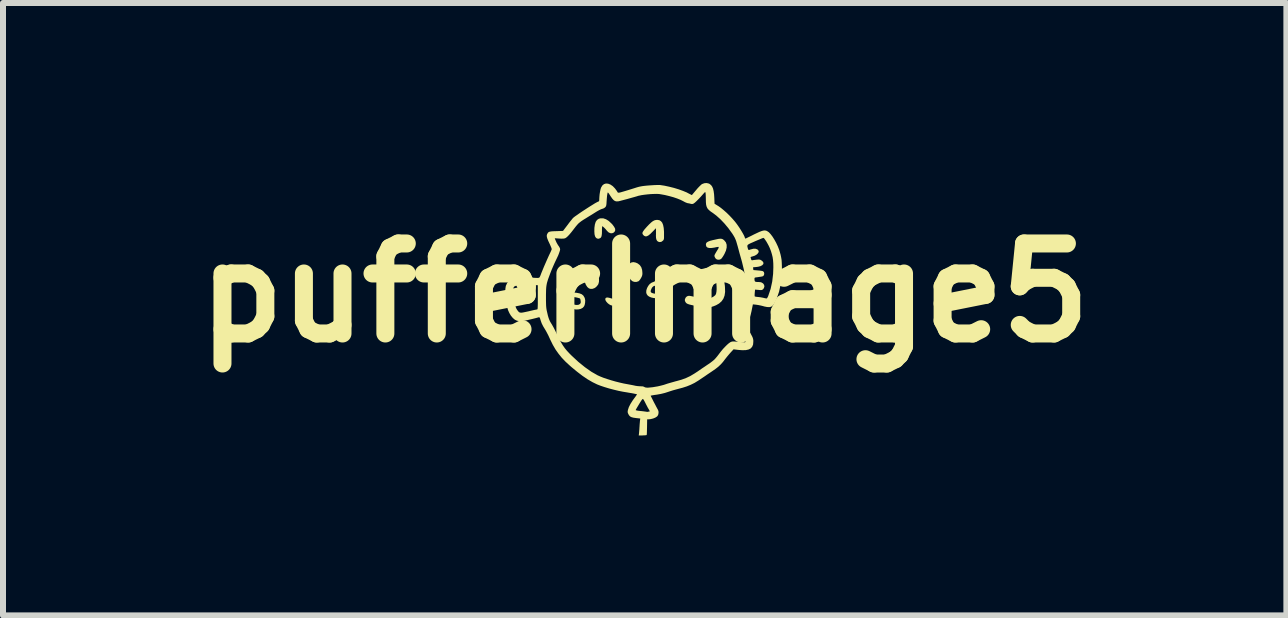
<source format=kicad_pcb>
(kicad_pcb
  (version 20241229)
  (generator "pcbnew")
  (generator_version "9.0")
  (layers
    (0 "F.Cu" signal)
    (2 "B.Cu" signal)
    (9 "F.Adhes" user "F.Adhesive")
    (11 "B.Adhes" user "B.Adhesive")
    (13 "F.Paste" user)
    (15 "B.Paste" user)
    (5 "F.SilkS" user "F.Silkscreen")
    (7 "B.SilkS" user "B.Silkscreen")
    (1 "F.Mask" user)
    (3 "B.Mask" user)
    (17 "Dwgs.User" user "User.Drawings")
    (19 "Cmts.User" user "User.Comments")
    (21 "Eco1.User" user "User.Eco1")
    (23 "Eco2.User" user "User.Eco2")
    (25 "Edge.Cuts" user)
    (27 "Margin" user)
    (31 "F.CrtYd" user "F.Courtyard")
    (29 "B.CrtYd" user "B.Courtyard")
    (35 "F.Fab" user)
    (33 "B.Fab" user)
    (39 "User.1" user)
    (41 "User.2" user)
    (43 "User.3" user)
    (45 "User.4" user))
  (footprint "pufferImage5"
    (layer "F.Cu")
    (at 7.693 1.829)
    (property "Reference" "pufferImage5" (at 0 0 0) (layer "F.SilkS") (effects (font (size 1.5 1.5) (thickness 0.3))))
    (attr board_only exclude_from_pos_files exclude_from_bom)
    (fp_poly (pts (xy -0.878 -0.419) (xy -0.847 -0.405) (xy -0.818 -0.377) (xy -0.791 -0.337) (xy -0.783 -0.32) (xy -0.768 -0.274) (xy -0.761 -0.227) (xy -0.762 -0.183) (xy -0.772 -0.145) (xy -0.779 -0.133) (xy -0.806 -0.1) (xy -0.838 -0.077) (xy -0.873 -0.065) (xy -0.907 -0.066) (xy -0.93 -0.074) (xy -0.956 -0.096) (xy -0.979 -0.131) (xy -0.997 -0.175) (xy -1.002 -0.19) (xy -1.011 -0.249) (xy -1.006 -0.304) (xy -0.986 -0.353) (xy -0.967 -0.382) (xy -0.939 -0.409) (xy -0.909 -0.421)) (stroke (width 0) (type solid)) (fill yes) (layer "F.SilkS"))
    (fp_poly (pts (xy -0.148 -0.503) (xy -0.115 -0.488) (xy -0.081 -0.461) (xy -0.057 -0.426) (xy -0.043 -0.382) (xy -0.039 -0.344) (xy -0.038 -0.315) (xy -0.041 -0.293) (xy -0.048 -0.272) (xy -0.06 -0.248) (xy -0.078 -0.219) (xy -0.096 -0.198) (xy -0.106 -0.191) (xy -0.139 -0.181) (xy -0.175 -0.182) (xy -0.207 -0.194) (xy -0.207 -0.194) (xy -0.235 -0.22) (xy -0.258 -0.255) (xy -0.273 -0.297) (xy -0.282 -0.343) (xy -0.283 -0.389) (xy -0.277 -0.432) (xy -0.262 -0.469) (xy -0.247 -0.489) (xy -0.22 -0.506) (xy -0.186 -0.511)) (stroke (width 0) (type solid)) (fill yes) (layer "F.SilkS"))
    (fp_poly (pts (xy -0.34 0.049) (xy -0.323 0.063) (xy -0.316 0.088) (xy -0.315 0.098) (xy -0.318 0.119) (xy -0.328 0.137) (xy -0.346 0.154) (xy -0.376 0.174) (xy -0.392 0.183) (xy -0.444 0.206) (xy -0.495 0.216) (xy -0.542 0.213) (xy -0.565 0.207) (xy -0.593 0.192) (xy -0.619 0.171) (xy -0.64 0.147) (xy -0.654 0.123) (xy -0.657 0.101) (xy -0.656 0.098) (xy -0.645 0.083) (xy -0.624 0.078) (xy -0.593 0.083) (xy -0.571 0.089) (xy -0.53 0.101) (xy -0.497 0.105) (xy -0.469 0.1) (xy -0.441 0.085) (xy -0.426 0.075) (xy -0.393 0.054) (xy -0.363 0.046)) (stroke (width 0) (type solid)) (fill yes) (layer "F.SilkS"))
    (fp_poly (pts (xy -0.691 -1.241) (xy -0.644 -1.225) (xy -0.597 -1.195) (xy -0.549 -1.15) (xy -0.537 -1.137) (xy -0.509 -1.099) (xy -0.493 -1.068) (xy -0.491 -1.042) (xy -0.5 -1.02) (xy -0.515 -1.004) (xy -0.543 -0.992) (xy -0.572 -0.993) (xy -0.602 -1.007) (xy -0.63 -1.034) (xy -0.633 -1.038) (xy -0.65 -1.059) (xy -0.669 -1.079) (xy -0.688 -1.097) (xy -0.702 -1.107) (xy -0.707 -1.11) (xy -0.709 -1.103) (xy -0.711 -1.084) (xy -0.712 -1.056) (xy -0.712 -1.031) (xy -0.713 -0.986) (xy -0.717 -0.954) (xy -0.723 -0.932) (xy -0.733 -0.917) (xy -0.747 -0.908) (xy -0.773 -0.9) (xy -0.795 -0.905) (xy -0.812 -0.917) (xy -0.827 -0.94) (xy -0.836 -0.975) (xy -0.839 -1.023) (xy -0.838 -1.082) (xy -0.83 -1.139) (xy -0.816 -1.183) (xy -0.794 -1.214) (xy -0.764 -1.234) (xy -0.737 -1.241)) (stroke (width 0) (type solid)) (fill yes) (layer "F.SilkS"))
    (fp_poly (pts (xy 0.243 -1.21) (xy 0.27 -1.194) (xy 0.292 -1.168) (xy 0.307 -1.13) (xy 0.317 -1.08) (xy 0.322 -1.017) (xy 0.322 -0.982) (xy 0.322 -0.943) (xy 0.322 -0.915) (xy 0.32 -0.897) (xy 0.316 -0.885) (xy 0.311 -0.876) (xy 0.303 -0.868) (xy 0.277 -0.849) (xy 0.248 -0.845) (xy 0.227 -0.851) (xy 0.209 -0.863) (xy 0.196 -0.884) (xy 0.189 -0.914) (xy 0.187 -0.956) (xy 0.188 -0.963) (xy 0.188 -0.995) (xy 0.188 -1.026) (xy 0.188 -1.048) (xy 0.188 -1.05) (xy 0.187 -1.076) (xy 0.132 -1.019) (xy 0.094 -0.981) (xy 0.063 -0.956) (xy 0.036 -0.942) (xy 0.013 -0.94) (xy -0.007 -0.948) (xy -0.022 -0.961) (xy -0.033 -0.976) (xy -0.038 -0.991) (xy -0.035 -1.008) (xy -0.023 -1.029) (xy -0.003 -1.056) (xy 0.028 -1.091) (xy 0.035 -1.099) (xy 0.074 -1.14) (xy 0.107 -1.171) (xy 0.134 -1.192) (xy 0.159 -1.206) (xy 0.184 -1.213) (xy 0.208 -1.215)) (stroke (width 0) (type solid)) (fill yes) (layer "F.SilkS"))
    (fp_poly (pts (xy 1.279 -0.9) (xy 1.296 -0.895) (xy 1.312 -0.885) (xy 1.326 -0.873) (xy 1.353 -0.84) (xy 1.366 -0.8) (xy 1.366 -0.754) (xy 1.354 -0.703) (xy 1.329 -0.647) (xy 1.31 -0.614) (xy 1.295 -0.591) (xy 1.281 -0.573) (xy 1.273 -0.564) (xy 1.25 -0.553) (xy 1.222 -0.551) (xy 1.2 -0.557) (xy 1.179 -0.575) (xy 1.165 -0.601) (xy 1.162 -0.619) (xy 1.166 -0.633) (xy 1.177 -0.654) (xy 1.192 -0.68) (xy 1.196 -0.686) (xy 1.211 -0.711) (xy 1.223 -0.73) (xy 1.229 -0.742) (xy 1.23 -0.743) (xy 1.232 -0.754) (xy 1.234 -0.759) (xy 1.233 -0.764) (xy 1.226 -0.765) (xy 1.209 -0.763) (xy 1.181 -0.758) (xy 1.172 -0.755) (xy 1.118 -0.747) (xy 1.076 -0.746) (xy 1.046 -0.754) (xy 1.027 -0.771) (xy 1.02 -0.797) (xy 1.02 -0.803) (xy 1.023 -0.822) (xy 1.033 -0.838) (xy 1.053 -0.851) (xy 1.084 -0.864) (xy 1.128 -0.876) (xy 1.141 -0.879) (xy 1.191 -0.89) (xy 1.228 -0.898) (xy 1.257 -0.901)) (stroke (width 0) (type solid)) (fill yes) (layer "F.SilkS"))
    (fp_poly (pts (xy -1.159 -0.002) (xy -1.133 0.000323) (xy -1.085 0.01) (xy -1.048 0.025) (xy -1.022 0.047) (xy -1.003 0.079) (xy -0.997 0.095) (xy -0.991 0.127) (xy -0.993 0.165) (xy -1 0.201) (xy -1.01 0.225) (xy -1.032 0.25) (xy -1.065 0.268) (xy -1.105 0.277) (xy -1.148 0.278) (xy -1.192 0.27) (xy -1.219 0.26) (xy -1.257 0.236) (xy -1.284 0.205) (xy -1.298 0.172) (xy -1.302 0.135) (xy -1.3 0.13) (xy -1.227 0.13) (xy -1.226 0.154) (xy -1.214 0.174) (xy -1.192 0.19) (xy -1.163 0.2) (xy -1.132 0.203) (xy -1.103 0.2) (xy -1.081 0.188) (xy -1.079 0.187) (xy -1.069 0.173) (xy -1.065 0.156) (xy -1.067 0.137) (xy -1.07 0.115) (xy -1.076 0.099) (xy -1.078 0.096) (xy -1.088 0.091) (xy -1.109 0.085) (xy -1.133 0.079) (xy -1.16 0.074) (xy -1.177 0.073) (xy -1.188 0.076) (xy -1.197 0.082) (xy -1.216 0.103) (xy -1.227 0.13) (xy -1.3 0.13) (xy -1.293 0.097) (xy -1.274 0.06) (xy -1.246 0.029) (xy -1.215 0.008) (xy -1.198 0.000363) (xy -1.181 -0.003)) (stroke (width 0) (type solid)) (fill yes) (layer "F.SilkS"))
    (fp_poly (pts (xy 0.228 -0.192) (xy 0.257 -0.186) (xy 0.275 -0.179) (xy 0.308 -0.156) (xy 0.331 -0.124) (xy 0.344 -0.087) (xy 0.345 -0.048) (xy 0.333 -0.011) (xy 0.327 -0.000045) (xy 0.295 0.037) (xy 0.256 0.066) (xy 0.212 0.084) (xy 0.172 0.089) (xy 0.149 0.087) (xy 0.121 0.081) (xy 0.109 0.078) (xy 0.075 0.064) (xy 0.051 0.047) (xy 0.034 0.023) (xy 0.032 0.02) (xy 0.025 -0.009) (xy 0.026 -0.018) (xy 0.1 -0.018) (xy 0.109 -0.004) (xy 0.128 0.005) (xy 0.155 0.013) (xy 0.178 0.013) (xy 0.202 0.006) (xy 0.206 0.004) (xy 0.238 -0.014) (xy 0.259 -0.036) (xy 0.268 -0.06) (xy 0.266 -0.082) (xy 0.252 -0.101) (xy 0.227 -0.114) (xy 0.208 -0.118) (xy 0.171 -0.118) (xy 0.144 -0.108) (xy 0.123 -0.087) (xy 0.113 -0.068) (xy 0.101 -0.038) (xy 0.1 -0.018) (xy 0.026 -0.018) (xy 0.028 -0.044) (xy 0.04 -0.08) (xy 0.059 -0.115) (xy 0.083 -0.145) (xy 0.111 -0.166) (xy 0.126 -0.173) (xy 0.146 -0.18) (xy 0.159 -0.187) (xy 0.161 -0.188) (xy 0.176 -0.194) (xy 0.2 -0.195)) (stroke (width 0) (type solid)) (fill yes) (layer "F.SilkS"))
    (fp_poly (pts (xy 1.117 -0.419) (xy 1.143 -0.416) (xy 1.167 -0.408) (xy 1.181 -0.402) (xy 1.225 -0.377) (xy 1.26 -0.345) (xy 1.288 -0.304) (xy 1.31 -0.253) (xy 1.325 -0.192) (xy 1.336 -0.118) (xy 1.338 -0.086) (xy 1.34 -0.014) (xy 1.331 0.047) (xy 1.311 0.099) (xy 1.281 0.142) (xy 1.239 0.179) (xy 1.19 0.207) (xy 1.143 0.226) (xy 1.1 0.238) (xy 1.064 0.243) (xy 1.053 0.243) (xy 0.982 0.235) (xy 0.922 0.228) (xy 0.871 0.221) (xy 0.827 0.214) (xy 0.787 0.205) (xy 0.785 0.205) (xy 0.748 0.196) (xy 0.723 0.188) (xy 0.705 0.18) (xy 0.693 0.171) (xy 0.686 0.164) (xy 0.67 0.136) (xy 0.67 0.107) (xy 0.684 0.079) (xy 0.686 0.076) (xy 0.704 0.06) (xy 0.724 0.052) (xy 0.751 0.051) (xy 0.787 0.058) (xy 0.799 0.061) (xy 0.833 0.068) (xy 0.875 0.076) (xy 0.922 0.084) (xy 0.969 0.09) (xy 1.011 0.095) (xy 1.044 0.097) (xy 1.053 0.097) (xy 1.083 0.092) (xy 1.117 0.08) (xy 1.149 0.062) (xy 1.174 0.042) (xy 1.18 0.035) (xy 1.19 0.013) (xy 1.196 -0.02) (xy 1.199 -0.061) (xy 1.198 -0.105) (xy 1.195 -0.15) (xy 1.188 -0.192) (xy 1.178 -0.227) (xy 1.172 -0.242) (xy 1.152 -0.267) (xy 1.122 -0.285) (xy 1.088 -0.292) (xy 1.083 -0.292) (xy 1.064 -0.29) (xy 1.034 -0.285) (xy 0.996 -0.278) (xy 0.952 -0.269) (xy 0.906 -0.259) (xy 0.862 -0.248) (xy 0.822 -0.237) (xy 0.817 -0.236) (xy 0.785 -0.228) (xy 0.749 -0.222) (xy 0.73 -0.22) (xy 0.703 -0.218) (xy 0.687 -0.219) (xy 0.675 -0.225) (xy 0.668 -0.231) (xy 0.656 -0.252) (xy 0.652 -0.277) (xy 0.658 -0.3) (xy 0.665 -0.309) (xy 0.673 -0.316) (xy 0.684 -0.322) (xy 0.698 -0.328) (xy 0.718 -0.335) (xy 0.745 -0.343) (xy 0.782 -0.353) (xy 0.83 -0.365) (xy 0.885 -0.379) (xy 0.951 -0.396) (xy 1.006 -0.408) (xy 1.051 -0.415) (xy 1.087 -0.419)) (stroke (width 0) (type solid)) (fill yes) (layer "F.SilkS"))
    (fp_poly (pts (xy 1.07 -1.82) (xy 1.083 -1.813) (xy 1.107 -1.793) (xy 1.125 -1.768) (xy 1.139 -1.736) (xy 1.149 -1.694) (xy 1.156 -1.642) (xy 1.16 -1.584) (xy 1.164 -1.484) (xy 1.232 -1.442) (xy 1.271 -1.414) (xy 1.316 -1.377) (xy 1.365 -1.334) (xy 1.414 -1.286) (xy 1.46 -1.237) (xy 1.501 -1.19) (xy 1.523 -1.162) (xy 1.555 -1.118) (xy 1.586 -1.072) (xy 1.614 -1.027) (xy 1.638 -0.986) (xy 1.656 -0.952) (xy 1.663 -0.936) (xy 1.67 -0.916) (xy 1.677 -0.904) (xy 1.679 -0.902) (xy 1.687 -0.906) (xy 1.706 -0.915) (xy 1.734 -0.929) (xy 1.769 -0.946) (xy 1.809 -0.966) (xy 1.814 -0.969) (xy 1.869 -0.995) (xy 1.912 -1.015) (xy 1.946 -1.028) (xy 1.973 -1.036) (xy 1.996 -1.039) (xy 2.015 -1.037) (xy 2.033 -1.032) (xy 2.042 -1.027) (xy 2.069 -1.009) (xy 2.098 -0.978) (xy 2.129 -0.937) (xy 2.16 -0.888) (xy 2.19 -0.834) (xy 2.217 -0.777) (xy 2.24 -0.719) (xy 2.252 -0.68) (xy 2.265 -0.633) (xy 2.274 -0.59) (xy 2.281 -0.549) (xy 2.284 -0.503) (xy 2.286 -0.45) (xy 2.287 -0.403) (xy 2.281 -0.265) (xy 2.265 -0.136) (xy 2.239 -0.018) (xy 2.202 0.091) (xy 2.201 0.094) (xy 2.177 0.148) (xy 2.155 0.188) (xy 2.132 0.215) (xy 2.107 0.232) (xy 2.077 0.239) (xy 2.039 0.237) (xy 1.993 0.228) (xy 1.97 0.221) (xy 1.932 0.212) (xy 1.893 0.204) (xy 1.859 0.199) (xy 1.853 0.198) (xy 1.803 0.193) (xy 1.789 0.262) (xy 1.78 0.307) (xy 1.768 0.357) (xy 1.754 0.407) (xy 1.74 0.454) (xy 1.726 0.496) (xy 1.714 0.529) (xy 1.706 0.545) (xy 1.688 0.577) (xy 1.722 0.617) (xy 1.742 0.644) (xy 1.764 0.677) (xy 1.782 0.711) (xy 1.783 0.712) (xy 1.798 0.743) (xy 1.806 0.768) (xy 1.81 0.792) (xy 1.81 0.817) (xy 1.806 0.863) (xy 1.791 0.899) (xy 1.767 0.927) (xy 1.732 0.945) (xy 1.686 0.955) (xy 1.628 0.957) (xy 1.561 0.952) (xy 1.481 0.942) (xy 1.433 0.994) (xy 1.405 1.026) (xy 1.374 1.063) (xy 1.347 1.097) (xy 1.343 1.102) (xy 1.304 1.153) (xy 1.266 1.195) (xy 1.227 1.232) (xy 1.181 1.268) (xy 1.132 1.302) (xy 1.091 1.33) (xy 1.046 1.36) (xy 1.003 1.39) (xy 0.967 1.414) (xy 0.964 1.416) (xy 0.894 1.463) (xy 0.83 1.502) (xy 0.767 1.533) (xy 0.703 1.559) (xy 0.632 1.582) (xy 0.56 1.601) (xy 0.516 1.613) (xy 0.472 1.625) (xy 0.431 1.638) (xy 0.4 1.648) (xy 0.398 1.649) (xy 0.336 1.669) (xy 0.271 1.685) (xy 0.198 1.698) (xy 0.167 1.702) (xy 0.137 1.707) (xy 0.114 1.711) (xy 0.101 1.715) (xy 0.099 1.716) (xy 0.114 1.745) (xy 0.132 1.781) (xy 0.152 1.821) (xy 0.173 1.86) (xy 0.191 1.895) (xy 0.205 1.921) (xy 0.207 1.925) (xy 0.222 1.952) (xy 0.229 1.972) (xy 0.231 1.991) (xy 0.23 2.008) (xy 0.224 2.035) (xy 0.211 2.056) (xy 0.203 2.063) (xy 0.177 2.08) (xy 0.14 2.095) (xy 0.099 2.105) (xy 0.071 2.108) (xy 0.041 2.109) (xy 0.039 2.236) (xy 0.038 2.279) (xy 0.037 2.316) (xy 0.036 2.345) (xy 0.034 2.364) (xy 0.033 2.37) (xy 0.024 2.373) (xy 0.004 2.375) (xy -0.023 2.376) (xy -0.035 2.377) (xy -0.099 2.377) (xy -0.094 2.337) (xy -0.092 2.311) (xy -0.089 2.276) (xy -0.087 2.239) (xy -0.086 2.23) (xy -0.084 2.195) (xy -0.081 2.161) (xy -0.079 2.134) (xy -0.078 2.129) (xy -0.074 2.095) (xy -0.146 2.087) (xy -0.189 2.081) (xy -0.221 2.072) (xy -0.244 2.06) (xy -0.26 2.042) (xy -0.273 2.02) (xy -0.281 2.001) (xy -0.284 1.984) (xy -0.281 1.962) (xy -0.28 1.955) (xy -0.15 1.955) (xy -0.143 1.958) (xy -0.124 1.963) (xy -0.096 1.967) (xy -0.061 1.971) (xy -0.058 1.971) (xy -0.023 1.975) (xy 0.007 1.979) (xy 0.028 1.982) (xy 0.037 1.984) (xy 0.037 1.984) (xy 0.046 1.985) (xy 0.051 1.983) (xy 0.067 1.98) (xy 0.075 1.979) (xy 0.083 1.978) (xy 0.083 1.972) (xy 0.078 1.959) (xy 0.067 1.94) (xy 0.052 1.915) (xy 0.035 1.882) (xy 0.017 1.848) (xy 0.014 1.841) (xy -0.004 1.806) (xy -0.017 1.783) (xy -0.026 1.772) (xy -0.033 1.769) (xy -0.041 1.776) (xy -0.051 1.789) (xy -0.054 1.793) (xy -0.073 1.822) (xy -0.092 1.853) (xy -0.111 1.885) (xy -0.128 1.913) (xy -0.141 1.936) (xy -0.149 1.951) (xy -0.15 1.955) (xy -0.28 1.955) (xy -0.279 1.951) (xy -0.264 1.905) (xy -0.237 1.852) (xy -0.199 1.792) (xy -0.171 1.754) (xy -0.152 1.728) (xy -0.138 1.708) (xy -0.13 1.695) (xy -0.128 1.691) (xy -0.137 1.689) (xy -0.156 1.685) (xy -0.184 1.679) (xy -0.215 1.673) (xy -0.247 1.668) (xy -0.276 1.663) (xy -0.292 1.66) (xy -0.36 1.649) (xy -0.435 1.634) (xy -0.514 1.615) (xy -0.594 1.594) (xy -0.67 1.571) (xy -0.738 1.548) (xy -0.792 1.527) (xy -0.868 1.49) (xy -0.951 1.442) (xy -1.038 1.383) (xy -1.128 1.314) (xy -1.22 1.238) (xy -1.244 1.217) (xy -1.319 1.148) (xy -1.382 1.082) (xy -1.436 1.015) (xy -1.485 0.946) (xy -1.53 0.869) (xy -1.573 0.782) (xy -1.589 0.747) (xy -1.607 0.708) (xy -1.627 0.67) (xy -1.645 0.636) (xy -1.658 0.614) (xy -1.692 0.558) (xy -1.717 0.508) (xy -1.734 0.459) (xy -1.737 0.45) (xy -1.744 0.425) (xy -1.751 0.412) (xy -1.758 0.407) (xy -1.765 0.408) (xy -1.816 0.422) (xy -1.868 0.435) (xy -1.919 0.447) (xy -1.966 0.458) (xy -2.007 0.466) (xy -2.039 0.471) (xy -2.059 0.473) (xy -2.059 0.473) (xy -2.089 0.472) (xy -2.12 0.467) (xy -2.129 0.465) (xy -2.163 0.449) (xy -2.196 0.421) (xy -2.228 0.383) (xy -2.255 0.338) (xy -2.277 0.289) (xy -2.292 0.239) (xy -2.295 0.224) (xy -2.3 0.189) (xy -2.307 0.147) (xy -2.313 0.107) (xy -2.313 0.104) (xy -2.321 0.042) (xy -2.324 -0.018) (xy -2.322 -0.051) (xy -2.192 -0.051) (xy -2.192 -0.008) (xy -2.186 0.05) (xy -2.181 0.082) (xy -2.172 0.141) (xy -2.163 0.187) (xy -2.154 0.223) (xy -2.144 0.252) (xy -2.132 0.275) (xy -2.119 0.294) (xy -2.107 0.309) (xy -2.096 0.321) (xy -2.083 0.328) (xy -2.067 0.331) (xy -2.046 0.331) (xy -2.017 0.326) (xy -1.979 0.318) (xy -1.928 0.307) (xy -1.913 0.303) (xy -1.874 0.294) (xy -1.839 0.286) (xy -1.812 0.281) (xy -1.796 0.278) (xy -1.793 0.277) (xy -1.789 0.276) (xy -1.786 0.272) (xy -1.784 0.262) (xy -1.783 0.245) (xy -1.782 0.22) (xy -1.781 0.185) (xy -1.781 0.139) (xy -1.781 0.079) (xy -1.781 0.076) (xy -1.781 0.075) (xy -1.645 0.075) (xy -1.645 0.131) (xy -1.644 0.175) (xy -1.643 0.209) (xy -1.641 0.238) (xy -1.638 0.263) (xy -1.634 0.288) (xy -1.628 0.315) (xy -1.624 0.332) (xy -1.613 0.38) (xy -1.602 0.417) (xy -1.591 0.447) (xy -1.579 0.474) (xy -1.563 0.502) (xy -1.547 0.527) (xy -1.533 0.552) (xy -1.514 0.586) (xy -1.493 0.627) (xy -1.472 0.671) (xy -1.46 0.696) (xy -1.426 0.766) (xy -1.395 0.825) (xy -1.364 0.876) (xy -1.332 0.922) (xy -1.295 0.967) (xy -1.251 1.014) (xy -1.219 1.046) (xy -1.107 1.15) (xy -0.996 1.24) (xy -0.888 1.316) (xy -0.781 1.377) (xy -0.78 1.377) (xy -0.738 1.396) (xy -0.685 1.417) (xy -0.622 1.438) (xy -0.555 1.459) (xy -0.485 1.479) (xy -0.417 1.496) (xy -0.352 1.511) (xy -0.315 1.518) (xy -0.271 1.526) (xy -0.229 1.534) (xy -0.192 1.541) (xy -0.165 1.547) (xy -0.157 1.549) (xy -0.125 1.554) (xy -0.089 1.557) (xy -0.071 1.558) (xy -0.037 1.559) (xy -0.014 1.565) (xy -0.007 1.569) (xy 0.007 1.576) (xy 0.027 1.58) (xy 0.053 1.581) (xy 0.089 1.578) (xy 0.137 1.573) (xy 0.172 1.567) (xy 0.219 1.559) (xy 0.27 1.547) (xy 0.316 1.535) (xy 0.341 1.527) (xy 0.376 1.515) (xy 0.42 1.502) (xy 0.47 1.488) (xy 0.519 1.474) (xy 0.536 1.47) (xy 0.617 1.447) (xy 0.69 1.42) (xy 0.758 1.388) (xy 0.827 1.347) (xy 0.881 1.312) (xy 0.917 1.287) (xy 0.959 1.258) (xy 1.004 1.228) (xy 1.046 1.199) (xy 1.05 1.197) (xy 1.095 1.166) (xy 1.13 1.139) (xy 1.159 1.115) (xy 1.184 1.088) (xy 1.21 1.057) (xy 1.239 1.019) (xy 1.241 1.016) (xy 1.271 0.977) (xy 1.304 0.937) (xy 1.339 0.9) (xy 1.372 0.867) (xy 1.402 0.841) (xy 1.425 0.825) (xy 1.428 0.823) (xy 1.447 0.815) (xy 1.466 0.811) (xy 1.492 0.811) (xy 1.51 0.813) (xy 1.565 0.817) (xy 1.606 0.821) (xy 1.636 0.823) (xy 1.657 0.824) (xy 1.669 0.824) (xy 1.676 0.822) (xy 1.679 0.819) (xy 1.679 0.815) (xy 1.679 0.812) (xy 1.673 0.784) (xy 1.656 0.748) (xy 1.628 0.705) (xy 1.625 0.701) (xy 1.604 0.671) (xy 1.583 0.639) (xy 1.568 0.615) (xy 1.555 0.594) (xy 1.549 0.575) (xy 1.547 0.555) (xy 1.552 0.532) (xy 1.562 0.502) (xy 1.577 0.465) (xy 1.595 0.418) (xy 1.611 0.369) (xy 1.626 0.315) (xy 1.64 0.252) (xy 1.654 0.18) (xy 1.668 0.101) (xy 1.677 0.048) (xy 1.683 0.007) (xy 1.687 -0.026) (xy 1.69 -0.053) (xy 1.691 -0.078) (xy 1.69 -0.104) (xy 1.688 -0.134) (xy 1.687 -0.154) (xy 1.674 -0.268) (xy 1.652 -0.388) (xy 1.622 -0.512) (xy 1.611 -0.552) (xy 1.597 -0.601) (xy 1.581 -0.657) (xy 1.566 -0.714) (xy 1.552 -0.765) (xy 1.552 -0.766) (xy 1.551 -0.77) (xy 1.711 -0.77) (xy 1.717 -0.746) (xy 1.718 -0.741) (xy 1.724 -0.723) (xy 1.73 -0.715) (xy 1.741 -0.714) (xy 1.761 -0.721) (xy 1.769 -0.723) (xy 1.811 -0.734) (xy 1.848 -0.734) (xy 1.877 -0.723) (xy 1.886 -0.716) (xy 1.899 -0.697) (xy 1.899 -0.678) (xy 1.886 -0.657) (xy 1.87 -0.64) (xy 1.836 -0.619) (xy 1.803 -0.608) (xy 1.778 -0.601) (xy 1.766 -0.595) (xy 1.765 -0.588) (xy 1.765 -0.587) (xy 1.77 -0.571) (xy 1.774 -0.557) (xy 1.78 -0.544) (xy 1.792 -0.542) (xy 1.798 -0.543) (xy 1.816 -0.546) (xy 1.843 -0.549) (xy 1.869 -0.552) (xy 1.897 -0.554) (xy 1.916 -0.553) (xy 1.931 -0.548) (xy 1.949 -0.537) (xy 1.949 -0.537) (xy 1.971 -0.517) (xy 1.98 -0.496) (xy 1.975 -0.477) (xy 1.958 -0.459) (xy 1.93 -0.444) (xy 1.892 -0.434) (xy 1.863 -0.43) (xy 1.806 -0.425) (xy 1.808 -0.402) (xy 1.811 -0.379) (xy 1.882 -0.373) (xy 1.915 -0.37) (xy 1.944 -0.366) (xy 1.964 -0.362) (xy 1.97 -0.36) (xy 1.986 -0.346) (xy 1.992 -0.324) (xy 1.989 -0.3) (xy 1.986 -0.293) (xy 1.98 -0.285) (xy 1.973 -0.278) (xy 1.961 -0.273) (xy 1.942 -0.269) (xy 1.914 -0.265) (xy 1.874 -0.259) (xy 1.865 -0.258) (xy 1.843 -0.255) (xy 1.833 -0.25) (xy 1.83 -0.24) (xy 1.829 -0.234) (xy 1.831 -0.206) (xy 1.837 -0.19) (xy 1.852 -0.182) (xy 1.877 -0.18) (xy 1.882 -0.18) (xy 1.91 -0.179) (xy 1.934 -0.176) (xy 1.945 -0.173) (xy 1.973 -0.156) (xy 1.99 -0.132) (xy 1.995 -0.106) (xy 1.987 -0.079) (xy 1.975 -0.062) (xy 1.964 -0.053) (xy 1.954 -0.047) (xy 1.939 -0.045) (xy 1.916 -0.046) (xy 1.897 -0.048) (xy 1.839 -0.053) (xy 1.834 0.000464) (xy 1.832 0.027) (xy 1.832 0.048) (xy 1.833 0.059) (xy 1.833 0.059) (xy 1.841 0.063) (xy 1.861 0.067) (xy 1.888 0.07) (xy 1.891 0.07) (xy 1.925 0.074) (xy 1.959 0.08) (xy 1.983 0.085) (xy 2.007 0.091) (xy 2.025 0.094) (xy 2.032 0.095) (xy 2.04 0.088) (xy 2.051 0.07) (xy 2.059 0.052) (xy 2.098 -0.063) (xy 2.125 -0.186) (xy 2.14 -0.315) (xy 2.144 -0.424) (xy 2.143 -0.489) (xy 2.139 -0.544) (xy 2.132 -0.593) (xy 2.12 -0.642) (xy 2.104 -0.695) (xy 2.095 -0.719) (xy 2.082 -0.751) (xy 2.065 -0.787) (xy 2.046 -0.822) (xy 2.027 -0.855) (xy 2.008 -0.883) (xy 1.993 -0.904) (xy 1.981 -0.914) (xy 1.978 -0.915) (xy 1.968 -0.912) (xy 1.947 -0.904) (xy 1.917 -0.891) (xy 1.88 -0.876) (xy 1.84 -0.859) (xy 1.798 -0.84) (xy 1.767 -0.827) (xy 1.737 -0.812) (xy 1.719 -0.8) (xy 1.711 -0.787) (xy 1.711 -0.77) (xy 1.551 -0.77) (xy 1.537 -0.818) (xy 1.525 -0.859) (xy 1.512 -0.893) (xy 1.498 -0.923) (xy 1.48 -0.954) (xy 1.458 -0.989) (xy 1.454 -0.994) (xy 1.393 -1.078) (xy 1.327 -1.157) (xy 1.26 -1.227) (xy 1.193 -1.287) (xy 1.14 -1.327) (xy 1.099 -1.355) (xy 1.068 -1.381) (xy 1.047 -1.405) (xy 1.033 -1.433) (xy 1.024 -1.466) (xy 1.02 -1.508) (xy 1.019 -1.561) (xy 1.019 -1.563) (xy 1.018 -1.6) (xy 1.017 -1.632) (xy 1.015 -1.657) (xy 1.013 -1.669) (xy 1.01 -1.677) (xy 1.005 -1.677) (xy 0.995 -1.669) (xy 0.979 -1.651) (xy 0.972 -1.643) (xy 0.934 -1.6) (xy 0.898 -1.562) (xy 0.865 -1.529) (xy 0.837 -1.503) (xy 0.815 -1.487) (xy 0.803 -1.481) (xy 0.78 -1.48) (xy 0.762 -1.484) (xy 0.739 -1.49) (xy 0.722 -1.492) (xy 0.707 -1.496) (xy 0.683 -1.505) (xy 0.655 -1.519) (xy 0.645 -1.525) (xy 0.599 -1.548) (xy 0.542 -1.571) (xy 0.477 -1.593) (xy 0.408 -1.612) (xy 0.338 -1.629) (xy 0.271 -1.641) (xy 0.24 -1.646) (xy 0.203 -1.648) (xy 0.157 -1.647) (xy 0.104 -1.645) (xy 0.048 -1.64) (xy -0.005 -1.634) (xy -0.053 -1.627) (xy -0.091 -1.619) (xy -0.102 -1.617) (xy -0.137 -1.606) (xy -0.183 -1.593) (xy -0.237 -1.578) (xy -0.293 -1.562) (xy -0.35 -1.547) (xy -0.403 -1.533) (xy -0.405 -1.532) (xy -0.441 -1.524) (xy -0.47 -1.523) (xy -0.495 -1.529) (xy -0.517 -1.544) (xy -0.54 -1.569) (xy -0.566 -1.606) (xy -0.578 -1.625) (xy -0.593 -1.648) (xy -0.605 -1.664) (xy -0.613 -1.672) (xy -0.614 -1.672) (xy -0.618 -1.666) (xy -0.622 -1.648) (xy -0.627 -1.617) (xy -0.631 -1.572) (xy -0.635 -1.518) (xy -0.637 -1.483) (xy -0.64 -1.46) (xy -0.645 -1.444) (xy -0.652 -1.432) (xy -0.66 -1.423) (xy -0.682 -1.408) (xy -0.709 -1.398) (xy -0.709 -1.398) (xy -0.728 -1.392) (xy -0.755 -1.379) (xy -0.786 -1.362) (xy -0.806 -1.35) (xy -0.838 -1.33) (xy -0.879 -1.304) (xy -0.922 -1.278) (xy -0.964 -1.252) (xy -0.97 -1.248) (xy -1.016 -1.22) (xy -1.051 -1.197) (xy -1.079 -1.176) (xy -1.104 -1.155) (xy -1.127 -1.13) (xy -1.152 -1.1) (xy -1.182 -1.061) (xy -1.185 -1.057) (xy -1.224 -1.007) (xy -1.257 -0.968) (xy -1.284 -0.94) (xy -1.307 -0.92) (xy -1.327 -0.908) (xy -1.331 -0.907) (xy -1.354 -0.903) (xy -1.391 -0.902) (xy -1.426 -0.904) (xy -1.499 -0.909) (xy -1.488 -0.88) (xy -1.468 -0.835) (xy -1.445 -0.795) (xy -1.427 -0.77) (xy -1.413 -0.744) (xy -1.409 -0.724) (xy -1.413 -0.702) (xy -1.424 -0.669) (xy -1.44 -0.626) (xy -1.463 -0.577) (xy -1.486 -0.529) (xy -1.506 -0.486) (xy -1.528 -0.436) (xy -1.551 -0.382) (xy -1.573 -0.326) (xy -1.593 -0.272) (xy -1.611 -0.223) (xy -1.623 -0.183) (xy -1.629 -0.162) (xy -1.634 -0.137) (xy -1.638 -0.113) (xy -1.641 -0.087) (xy -1.643 -0.056) (xy -1.644 -0.017) (xy -1.645 0.032) (xy -1.645 0.075) (xy -1.781 0.075) (xy -1.781 -0.126) (xy -1.883 -0.131) (xy -1.953 -0.134) (xy -2.017 -0.133) (xy -2.073 -0.129) (xy -2.119 -0.123) (xy -2.153 -0.114) (xy -2.175 -0.103) (xy -2.176 -0.102) (xy -2.187 -0.083) (xy -2.192 -0.051) (xy -2.322 -0.051) (xy -2.321 -0.071) (xy -2.314 -0.115) (xy -2.312 -0.119) (xy -2.293 -0.161) (xy -2.262 -0.197) (xy -2.223 -0.225) (xy -2.2 -0.235) (xy -2.149 -0.248) (xy -2.086 -0.256) (xy -2.015 -0.259) (xy -1.938 -0.257) (xy -1.908 -0.255) (xy -1.868 -0.252) (xy -1.83 -0.249) (xy -1.8 -0.248) (xy -1.78 -0.248) (xy -1.777 -0.248) (xy -1.761 -0.251) (xy -1.751 -0.259) (xy -1.743 -0.275) (xy -1.737 -0.289) (xy -1.722 -0.329) (xy -1.701 -0.38) (xy -1.678 -0.436) (xy -1.653 -0.493) (xy -1.629 -0.548) (xy -1.607 -0.597) (xy -1.599 -0.615) (xy -1.583 -0.649) (xy -1.568 -0.68) (xy -1.558 -0.703) (xy -1.552 -0.717) (xy -1.551 -0.718) (xy -1.55 -0.728) (xy -1.553 -0.744) (xy -1.562 -0.766) (xy -1.576 -0.799) (xy -1.585 -0.818) (xy -1.607 -0.865) (xy -1.622 -0.902) (xy -1.63 -0.931) (xy -1.632 -0.953) (xy -1.628 -0.972) (xy -1.624 -0.98) (xy -1.615 -0.996) (xy -1.606 -1.007) (xy -1.593 -1.015) (xy -1.574 -1.02) (xy -1.548 -1.024) (xy -1.51 -1.026) (xy -1.474 -1.027) (xy -1.361 -1.031) (xy -1.288 -1.127) (xy -1.262 -1.162) (xy -1.237 -1.194) (xy -1.215 -1.221) (xy -1.2 -1.24) (xy -1.194 -1.246) (xy -1.181 -1.258) (xy -1.157 -1.276) (xy -1.125 -1.298) (xy -1.087 -1.325) (xy -1.044 -1.354) (xy -0.998 -1.384) (xy -0.952 -1.414) (xy -0.908 -1.442) (xy -0.866 -1.468) (xy -0.831 -1.49) (xy -0.802 -1.506) (xy -0.783 -1.516) (xy -0.778 -1.518) (xy -0.765 -1.523) (xy -0.759 -1.532) (xy -0.757 -1.549) (xy -0.757 -1.559) (xy -0.755 -1.598) (xy -0.751 -1.642) (xy -0.744 -1.686) (xy -0.736 -1.724) (xy -0.727 -1.753) (xy -0.726 -1.754) (xy -0.705 -1.789) (xy -0.678 -1.811) (xy -0.645 -1.821) (xy -0.609 -1.818) (xy -0.572 -1.804) (xy -0.533 -1.778) (xy -0.496 -1.74) (xy -0.484 -1.724) (xy -0.467 -1.701) (xy -0.455 -1.682) (xy -0.449 -1.672) (xy -0.448 -1.671) (xy -0.445 -1.668) (xy -0.437 -1.668) (xy -0.423 -1.669) (xy -0.401 -1.674) (xy -0.37 -1.683) (xy -0.329 -1.695) (xy -0.276 -1.711) (xy -0.218 -1.729) (xy -0.167 -1.745) (xy -0.126 -1.758) (xy -0.093 -1.767) (xy -0.063 -1.773) (xy -0.034 -1.778) (xy -0.002 -1.782) (xy 0.037 -1.786) (xy 0.074 -1.789) (xy 0.122 -1.792) (xy 0.167 -1.795) (xy 0.207 -1.796) (xy 0.238 -1.796) (xy 0.255 -1.796) (xy 0.328 -1.785) (xy 0.407 -1.768) (xy 0.487 -1.748) (xy 0.566 -1.724) (xy 0.638 -1.698) (xy 0.701 -1.672) (xy 0.721 -1.661) (xy 0.786 -1.628) (xy 0.856 -1.711) (xy 0.886 -1.746) (xy 0.914 -1.775) (xy 0.938 -1.798) (xy 0.955 -1.812) (xy 0.956 -1.812) (xy 0.994 -1.826) (xy 1.033 -1.829)) (stroke (width 0) (type solid)) (fill yes) (layer "F.SilkS")))
  (gr_rect
    (start -3 -3)
    (end 18.386 7.205)
    (stroke (width 0.1) (type default))
    (fill no)
    (layer "Edge.Cuts")))
</source>
